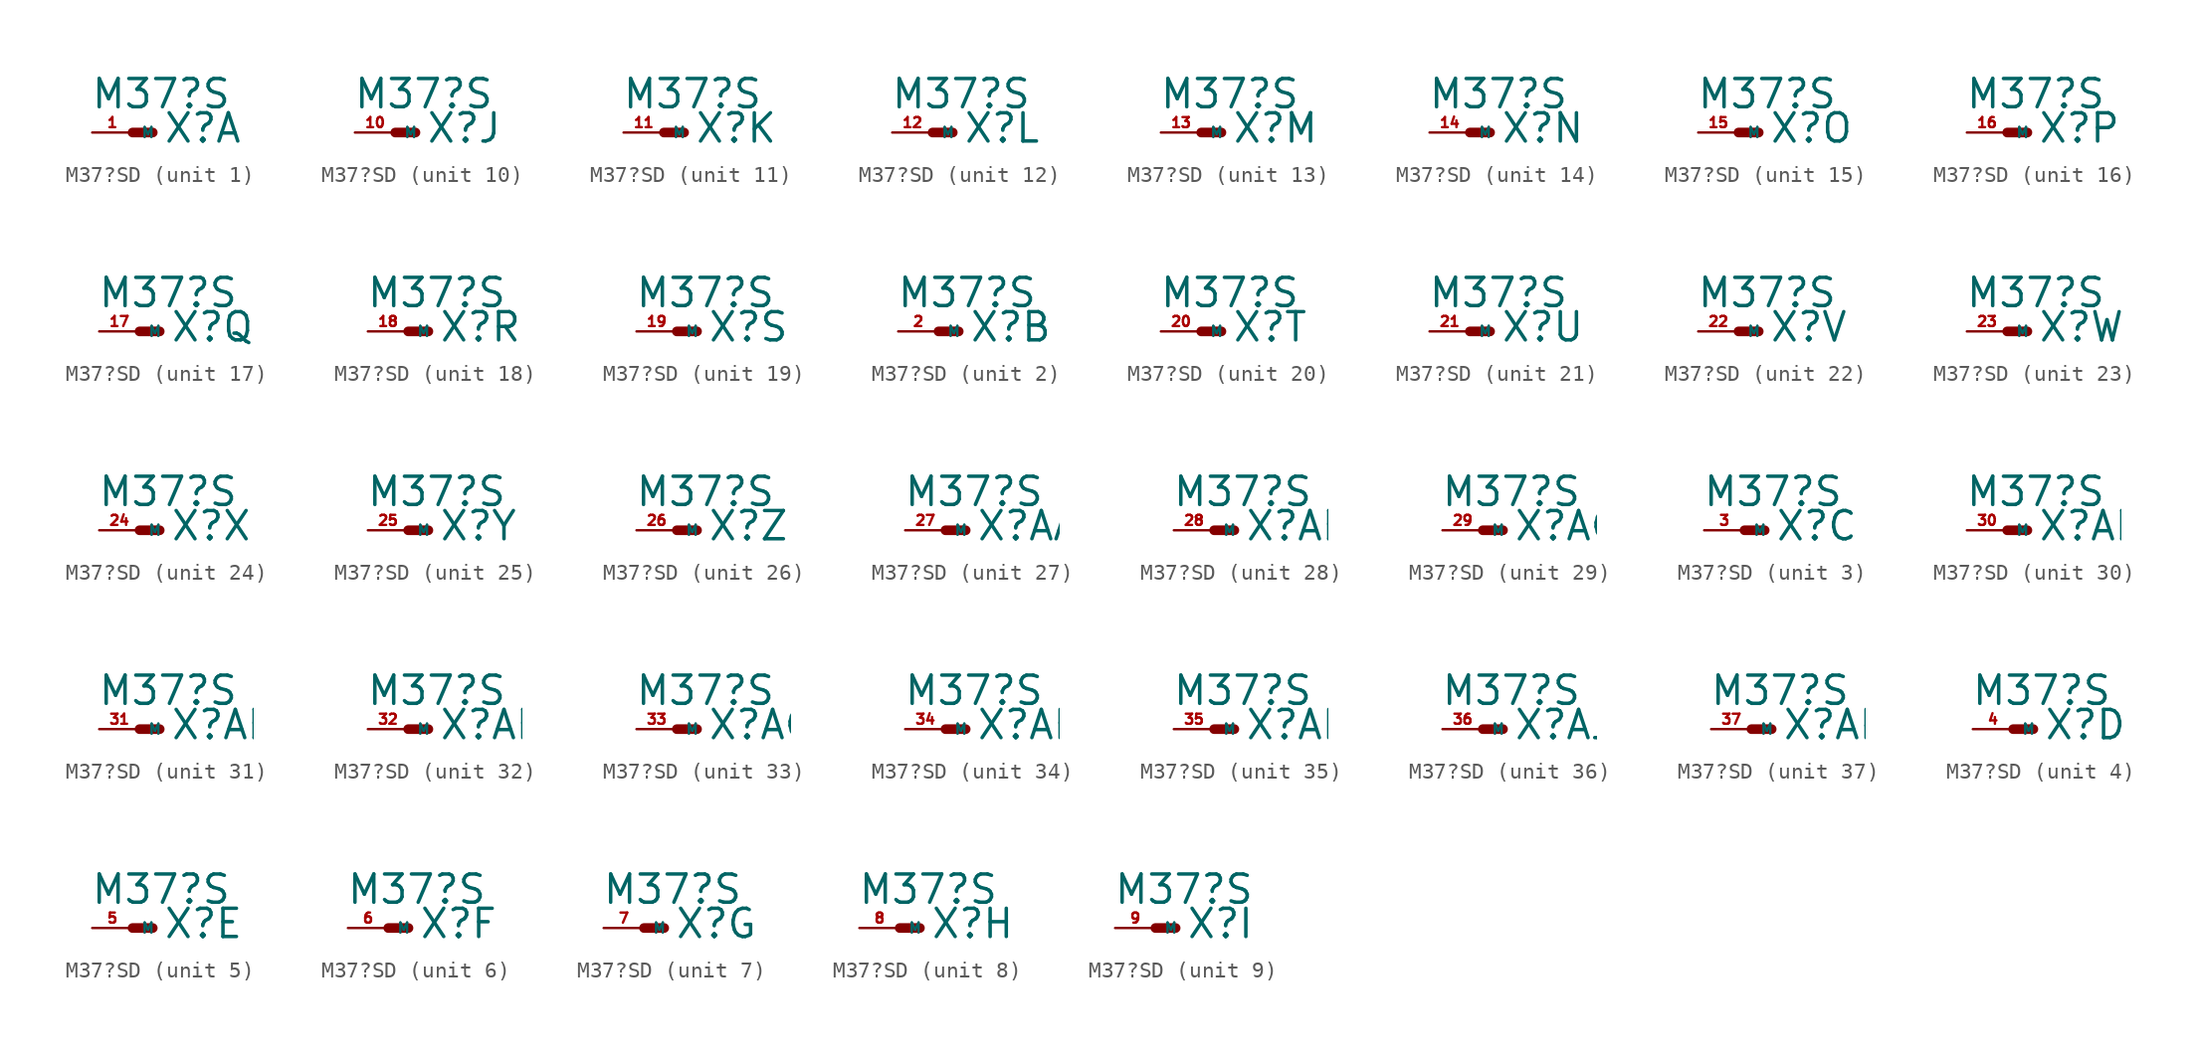
<source format=kicad_sym>
(kicad_symbol_lib
  (version 20220914)
  (generator Eagle2Kicad)
  (symbol "M37?SD"
    (property "Reference" "X"
      (at 1.905 -0.762 0)
      (effects (font (size 1.778 1.778) (thickness 0.22)) (justify left bottom)))
    (property "Value" "M37?S"
      (at -2.667 1.397 0)
      (effects (font (size 1.778 1.778) (thickness 0.22)) (justify left bottom)))
    (symbol "M37?SD_1_0"
      (polyline (pts (xy 0 0) (xy 1.27 0)) (stroke (width 0.61) (type default)) (fill (type none)))
      (pin passive line (at -2.54 0 0) (length 2.54) (name "M" (effects (font (size 0.635 0.635) (thickness 0.08)) (justify left bottom))) (number "1" (effects (font (size 0.635 0.635) (thickness 0.08)) (justify left bottom)))))
    (symbol "M37?SD_2_0"
      (polyline (pts (xy 0 0) (xy 1.27 0)) (stroke (width 0.61) (type default)) (fill (type none)))
      (pin passive line (at -2.54 0 0) (length 2.54) (name "M" (effects (font (size 0.635 0.635) (thickness 0.08)) (justify left bottom))) (number "2" (effects (font (size 0.635 0.635) (thickness 0.08)) (justify left bottom)))))
    (symbol "M37?SD_3_0"
      (polyline (pts (xy 0 0) (xy 1.27 0)) (stroke (width 0.61) (type default)) (fill (type none)))
      (pin passive line (at -2.54 0 0) (length 2.54) (name "M" (effects (font (size 0.635 0.635) (thickness 0.08)) (justify left bottom))) (number "3" (effects (font (size 0.635 0.635) (thickness 0.08)) (justify left bottom)))))
    (symbol "M37?SD_4_0"
      (polyline (pts (xy 0 0) (xy 1.27 0)) (stroke (width 0.61) (type default)) (fill (type none)))
      (pin passive line (at -2.54 0 0) (length 2.54) (name "M" (effects (font (size 0.635 0.635) (thickness 0.08)) (justify left bottom))) (number "4" (effects (font (size 0.635 0.635) (thickness 0.08)) (justify left bottom)))))
    (symbol "M37?SD_5_0"
      (polyline (pts (xy 0 0) (xy 1.27 0)) (stroke (width 0.61) (type default)) (fill (type none)))
      (pin passive line (at -2.54 0 0) (length 2.54) (name "M" (effects (font (size 0.635 0.635) (thickness 0.08)) (justify left bottom))) (number "5" (effects (font (size 0.635 0.635) (thickness 0.08)) (justify left bottom)))))
    (symbol "M37?SD_6_0"
      (polyline (pts (xy 0 0) (xy 1.27 0)) (stroke (width 0.61) (type default)) (fill (type none)))
      (pin passive line (at -2.54 0 0) (length 2.54) (name "M" (effects (font (size 0.635 0.635) (thickness 0.08)) (justify left bottom))) (number "6" (effects (font (size 0.635 0.635) (thickness 0.08)) (justify left bottom)))))
    (symbol "M37?SD_7_0"
      (polyline (pts (xy 0 0) (xy 1.27 0)) (stroke (width 0.61) (type default)) (fill (type none)))
      (pin passive line (at -2.54 0 0) (length 2.54) (name "M" (effects (font (size 0.635 0.635) (thickness 0.08)) (justify left bottom))) (number "7" (effects (font (size 0.635 0.635) (thickness 0.08)) (justify left bottom)))))
    (symbol "M37?SD_8_0"
      (polyline (pts (xy 0 0) (xy 1.27 0)) (stroke (width 0.61) (type default)) (fill (type none)))
      (pin passive line (at -2.54 0 0) (length 2.54) (name "M" (effects (font (size 0.635 0.635) (thickness 0.08)) (justify left bottom))) (number "8" (effects (font (size 0.635 0.635) (thickness 0.08)) (justify left bottom)))))
    (symbol "M37?SD_9_0"
      (polyline (pts (xy 0 0) (xy 1.27 0)) (stroke (width 0.61) (type default)) (fill (type none)))
      (pin passive line (at -2.54 0 0) (length 2.54) (name "M" (effects (font (size 0.635 0.635) (thickness 0.08)) (justify left bottom))) (number "9" (effects (font (size 0.635 0.635) (thickness 0.08)) (justify left bottom)))))
    (symbol "M37?SD_10_0"
      (polyline (pts (xy 0 0) (xy 1.27 0)) (stroke (width 0.61) (type default)) (fill (type none)))
      (pin passive line (at -2.54 0 0) (length 2.54) (name "M" (effects (font (size 0.635 0.635) (thickness 0.08)) (justify left bottom))) (number "10" (effects (font (size 0.635 0.635) (thickness 0.08)) (justify left bottom)))))
    (symbol "M37?SD_11_0"
      (polyline (pts (xy 0 0) (xy 1.27 0)) (stroke (width 0.61) (type default)) (fill (type none)))
      (pin passive line (at -2.54 0 0) (length 2.54) (name "M" (effects (font (size 0.635 0.635) (thickness 0.08)) (justify left bottom))) (number "11" (effects (font (size 0.635 0.635) (thickness 0.08)) (justify left bottom)))))
    (symbol "M37?SD_12_0"
      (polyline (pts (xy 0 0) (xy 1.27 0)) (stroke (width 0.61) (type default)) (fill (type none)))
      (pin passive line (at -2.54 0 0) (length 2.54) (name "M" (effects (font (size 0.635 0.635) (thickness 0.08)) (justify left bottom))) (number "12" (effects (font (size 0.635 0.635) (thickness 0.08)) (justify left bottom)))))
    (symbol "M37?SD_13_0"
      (polyline (pts (xy 0 0) (xy 1.27 0)) (stroke (width 0.61) (type default)) (fill (type none)))
      (pin passive line (at -2.54 0 0) (length 2.54) (name "M" (effects (font (size 0.635 0.635) (thickness 0.08)) (justify left bottom))) (number "13" (effects (font (size 0.635 0.635) (thickness 0.08)) (justify left bottom)))))
    (symbol "M37?SD_14_0"
      (polyline (pts (xy 0 0) (xy 1.27 0)) (stroke (width 0.61) (type default)) (fill (type none)))
      (pin passive line (at -2.54 0 0) (length 2.54) (name "M" (effects (font (size 0.635 0.635) (thickness 0.08)) (justify left bottom))) (number "14" (effects (font (size 0.635 0.635) (thickness 0.08)) (justify left bottom)))))
    (symbol "M37?SD_15_0"
      (polyline (pts (xy 0 0) (xy 1.27 0)) (stroke (width 0.61) (type default)) (fill (type none)))
      (pin passive line (at -2.54 0 0) (length 2.54) (name "M" (effects (font (size 0.635 0.635) (thickness 0.08)) (justify left bottom))) (number "15" (effects (font (size 0.635 0.635) (thickness 0.08)) (justify left bottom)))))
    (symbol "M37?SD_16_0"
      (polyline (pts (xy 0 0) (xy 1.27 0)) (stroke (width 0.61) (type default)) (fill (type none)))
      (pin passive line (at -2.54 0 0) (length 2.54) (name "M" (effects (font (size 0.635 0.635) (thickness 0.08)) (justify left bottom))) (number "16" (effects (font (size 0.635 0.635) (thickness 0.08)) (justify left bottom)))))
    (symbol "M37?SD_17_0"
      (polyline (pts (xy 0 0) (xy 1.27 0)) (stroke (width 0.61) (type default)) (fill (type none)))
      (pin passive line (at -2.54 0 0) (length 2.54) (name "M" (effects (font (size 0.635 0.635) (thickness 0.08)) (justify left bottom))) (number "17" (effects (font (size 0.635 0.635) (thickness 0.08)) (justify left bottom)))))
    (symbol "M37?SD_18_0"
      (polyline (pts (xy 0 0) (xy 1.27 0)) (stroke (width 0.61) (type default)) (fill (type none)))
      (pin passive line (at -2.54 0 0) (length 2.54) (name "M" (effects (font (size 0.635 0.635) (thickness 0.08)) (justify left bottom))) (number "18" (effects (font (size 0.635 0.635) (thickness 0.08)) (justify left bottom)))))
    (symbol "M37?SD_19_0"
      (polyline (pts (xy 0 0) (xy 1.27 0)) (stroke (width 0.61) (type default)) (fill (type none)))
      (pin passive line (at -2.54 0 0) (length 2.54) (name "M" (effects (font (size 0.635 0.635) (thickness 0.08)) (justify left bottom))) (number "19" (effects (font (size 0.635 0.635) (thickness 0.08)) (justify left bottom)))))
    (symbol "M37?SD_20_0"
      (polyline (pts (xy 0 0) (xy 1.27 0)) (stroke (width 0.61) (type default)) (fill (type none)))
      (pin passive line (at -2.54 0 0) (length 2.54) (name "M" (effects (font (size 0.635 0.635) (thickness 0.08)) (justify left bottom))) (number "20" (effects (font (size 0.635 0.635) (thickness 0.08)) (justify left bottom)))))
    (symbol "M37?SD_21_0"
      (polyline (pts (xy 0 0) (xy 1.27 0)) (stroke (width 0.61) (type default)) (fill (type none)))
      (pin passive line (at -2.54 0 0) (length 2.54) (name "M" (effects (font (size 0.635 0.635) (thickness 0.08)) (justify left bottom))) (number "21" (effects (font (size 0.635 0.635) (thickness 0.08)) (justify left bottom)))))
    (symbol "M37?SD_22_0"
      (polyline (pts (xy 0 0) (xy 1.27 0)) (stroke (width 0.61) (type default)) (fill (type none)))
      (pin passive line (at -2.54 0 0) (length 2.54) (name "M" (effects (font (size 0.635 0.635) (thickness 0.08)) (justify left bottom))) (number "22" (effects (font (size 0.635 0.635) (thickness 0.08)) (justify left bottom)))))
    (symbol "M37?SD_23_0"
      (polyline (pts (xy 0 0) (xy 1.27 0)) (stroke (width 0.61) (type default)) (fill (type none)))
      (pin passive line (at -2.54 0 0) (length 2.54) (name "M" (effects (font (size 0.635 0.635) (thickness 0.08)) (justify left bottom))) (number "23" (effects (font (size 0.635 0.635) (thickness 0.08)) (justify left bottom)))))
    (symbol "M37?SD_24_0"
      (polyline (pts (xy 0 0) (xy 1.27 0)) (stroke (width 0.61) (type default)) (fill (type none)))
      (pin passive line (at -2.54 0 0) (length 2.54) (name "M" (effects (font (size 0.635 0.635) (thickness 0.08)) (justify left bottom))) (number "24" (effects (font (size 0.635 0.635) (thickness 0.08)) (justify left bottom)))))
    (symbol "M37?SD_25_0"
      (polyline (pts (xy 0 0) (xy 1.27 0)) (stroke (width 0.61) (type default)) (fill (type none)))
      (pin passive line (at -2.54 0 0) (length 2.54) (name "M" (effects (font (size 0.635 0.635) (thickness 0.08)) (justify left bottom))) (number "25" (effects (font (size 0.635 0.635) (thickness 0.08)) (justify left bottom)))))
    (symbol "M37?SD_26_0"
      (polyline (pts (xy 0 0) (xy 1.27 0)) (stroke (width 0.61) (type default)) (fill (type none)))
      (pin passive line (at -2.54 0 0) (length 2.54) (name "M" (effects (font (size 0.635 0.635) (thickness 0.08)) (justify left bottom))) (number "26" (effects (font (size 0.635 0.635) (thickness 0.08)) (justify left bottom)))))
    (symbol "M37?SD_27_0"
      (polyline (pts (xy 0 0) (xy 1.27 0)) (stroke (width 0.61) (type default)) (fill (type none)))
      (pin passive line (at -2.54 0 0) (length 2.54) (name "M" (effects (font (size 0.635 0.635) (thickness 0.08)) (justify left bottom))) (number "27" (effects (font (size 0.635 0.635) (thickness 0.08)) (justify left bottom)))))
    (symbol "M37?SD_28_0"
      (polyline (pts (xy 0 0) (xy 1.27 0)) (stroke (width 0.61) (type default)) (fill (type none)))
      (pin passive line (at -2.54 0 0) (length 2.54) (name "M" (effects (font (size 0.635 0.635) (thickness 0.08)) (justify left bottom))) (number "28" (effects (font (size 0.635 0.635) (thickness 0.08)) (justify left bottom)))))
    (symbol "M37?SD_29_0"
      (polyline (pts (xy 0 0) (xy 1.27 0)) (stroke (width 0.61) (type default)) (fill (type none)))
      (pin passive line (at -2.54 0 0) (length 2.54) (name "M" (effects (font (size 0.635 0.635) (thickness 0.08)) (justify left bottom))) (number "29" (effects (font (size 0.635 0.635) (thickness 0.08)) (justify left bottom)))))
    (symbol "M37?SD_30_0"
      (polyline (pts (xy 0 0) (xy 1.27 0)) (stroke (width 0.61) (type default)) (fill (type none)))
      (pin passive line (at -2.54 0 0) (length 2.54) (name "M" (effects (font (size 0.635 0.635) (thickness 0.08)) (justify left bottom))) (number "30" (effects (font (size 0.635 0.635) (thickness 0.08)) (justify left bottom)))))
    (symbol "M37?SD_31_0"
      (polyline (pts (xy 0 0) (xy 1.27 0)) (stroke (width 0.61) (type default)) (fill (type none)))
      (pin passive line (at -2.54 0 0) (length 2.54) (name "M" (effects (font (size 0.635 0.635) (thickness 0.08)) (justify left bottom))) (number "31" (effects (font (size 0.635 0.635) (thickness 0.08)) (justify left bottom)))))
    (symbol "M37?SD_32_0"
      (polyline (pts (xy 0 0) (xy 1.27 0)) (stroke (width 0.61) (type default)) (fill (type none)))
      (pin passive line (at -2.54 0 0) (length 2.54) (name "M" (effects (font (size 0.635 0.635) (thickness 0.08)) (justify left bottom))) (number "32" (effects (font (size 0.635 0.635) (thickness 0.08)) (justify left bottom)))))
    (symbol "M37?SD_33_0"
      (polyline (pts (xy 0 0) (xy 1.27 0)) (stroke (width 0.61) (type default)) (fill (type none)))
      (pin passive line (at -2.54 0 0) (length 2.54) (name "M" (effects (font (size 0.635 0.635) (thickness 0.08)) (justify left bottom))) (number "33" (effects (font (size 0.635 0.635) (thickness 0.08)) (justify left bottom)))))
    (symbol "M37?SD_34_0"
      (polyline (pts (xy 0 0) (xy 1.27 0)) (stroke (width 0.61) (type default)) (fill (type none)))
      (pin passive line (at -2.54 0 0) (length 2.54) (name "M" (effects (font (size 0.635 0.635) (thickness 0.08)) (justify left bottom))) (number "34" (effects (font (size 0.635 0.635) (thickness 0.08)) (justify left bottom)))))
    (symbol "M37?SD_35_0"
      (polyline (pts (xy 0 0) (xy 1.27 0)) (stroke (width 0.61) (type default)) (fill (type none)))
      (pin passive line (at -2.54 0 0) (length 2.54) (name "M" (effects (font (size 0.635 0.635) (thickness 0.08)) (justify left bottom))) (number "35" (effects (font (size 0.635 0.635) (thickness 0.08)) (justify left bottom)))))
    (symbol "M37?SD_36_0"
      (polyline (pts (xy 0 0) (xy 1.27 0)) (stroke (width 0.61) (type default)) (fill (type none)))
      (pin passive line (at -2.54 0 0) (length 2.54) (name "M" (effects (font (size 0.635 0.635) (thickness 0.08)) (justify left bottom))) (number "36" (effects (font (size 0.635 0.635) (thickness 0.08)) (justify left bottom)))))
    (symbol "M37?SD_37_0"
      (polyline (pts (xy 0 0) (xy 1.27 0)) (stroke (width 0.61) (type default)) (fill (type none)))
      (pin passive line (at -2.54 0 0) (length 2.54) (name "M" (effects (font (size 0.635 0.635) (thickness 0.08)) (justify left bottom))) (number "37" (effects (font (size 0.635 0.635) (thickness 0.08)) (justify left bottom)))))))
</source>
